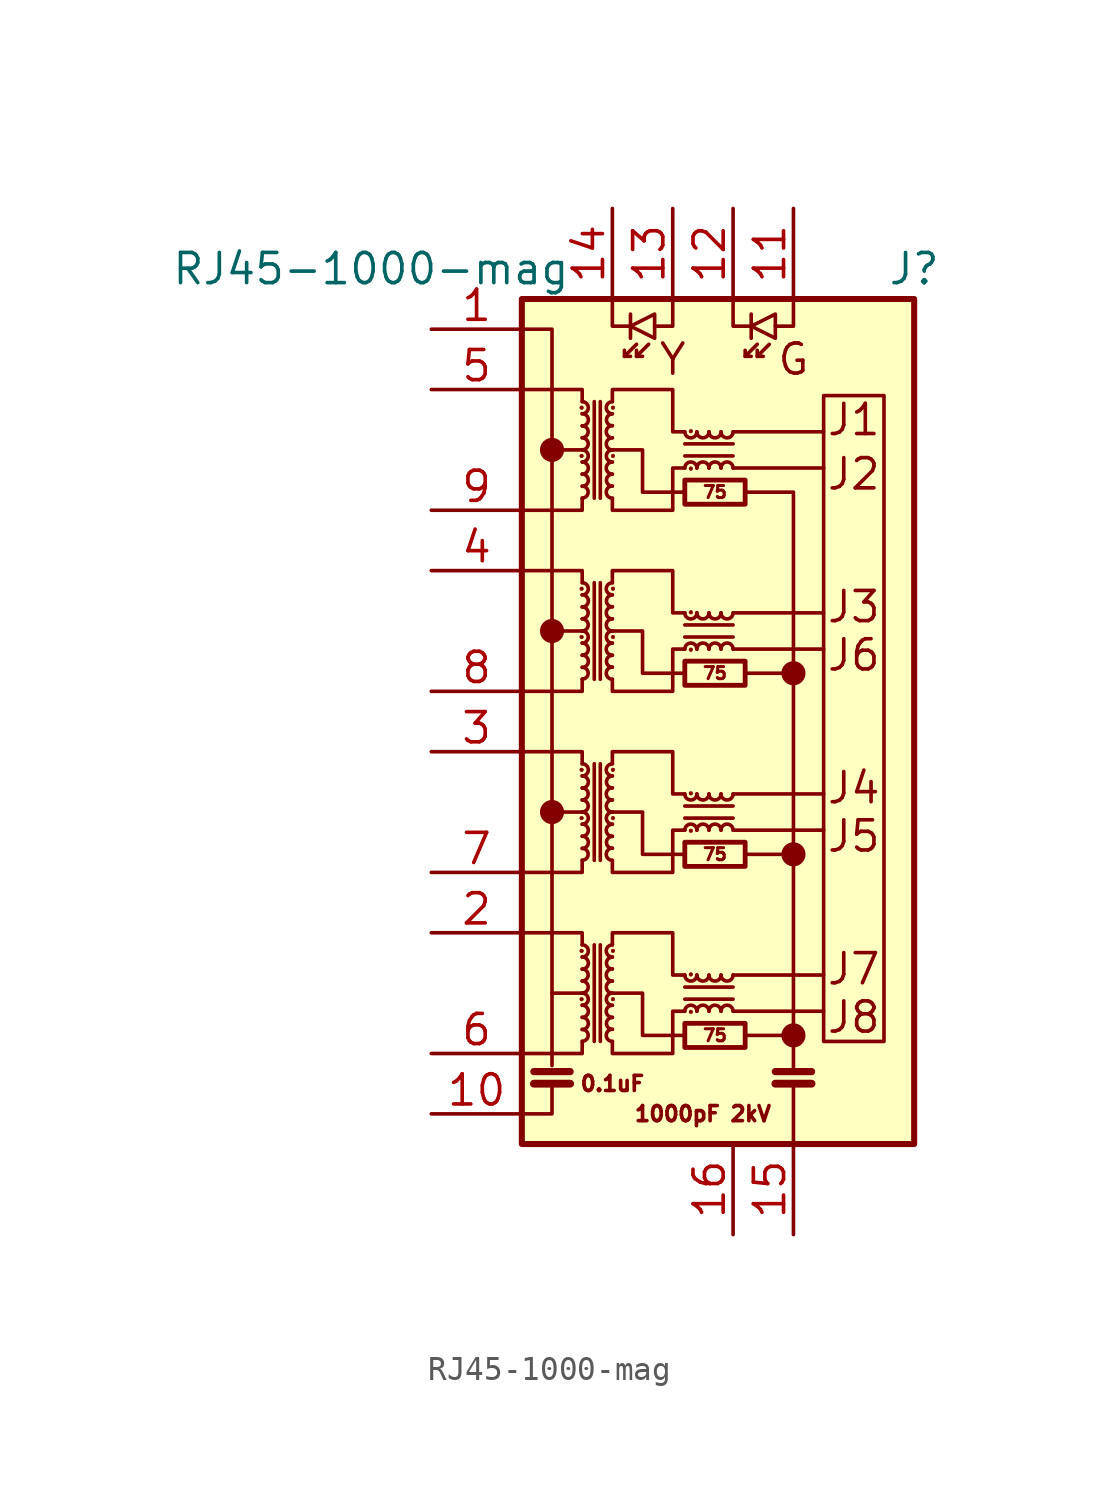
<source format=kicad_sym>
(kicad_symbol_lib
  (version 20231120)
  (generator "kicad_symbol_editor")
  (generator_version "8.0")
  (symbol "RJ45-1000-mag"
    (pin_names hide)
    (property "Reference" "J"
      (at 20.32 35.56 0)
      (effects (font (size 1.27 1.27))))
    (property "Value" "RJ45-1000-mag"
      (at -2.54 35.56 0)
      (effects (font (size 1.27 1.27))))
    (symbol "RJ45-1000-mag_0_0"
      (polyline (pts (xy 5.08 12.7) (xy 6.35 12.7)) (stroke (width 0) (type default)) (fill (type none)))
      (polyline (pts (xy 5.08 27.94) (xy 6.35 27.94)) (stroke (width 0) (type default)) (fill (type none)))
      (polyline (pts (xy 6.35 20.32) (xy 5.08 20.32)) (stroke (width 0) (type default)) (fill (type none)))
      (polyline (pts (xy 12.7 4.318) (xy 16.51 4.318)) (stroke (width 0) (type default)) (fill (type none)))
      (polyline (pts (xy 12.7 5.842) (xy 16.51 5.842)) (stroke (width 0) (type default)) (fill (type none)))
      (polyline (pts (xy 12.7 11.938) (xy 16.51 11.938)) (stroke (width 0) (type default)) (fill (type none)))
      (polyline (pts (xy 12.7 13.462) (xy 16.51 13.462)) (stroke (width 0) (type default)) (fill (type none)))
      (polyline (pts (xy 12.7 19.558) (xy 16.51 19.558)) (stroke (width 0) (type default)) (fill (type none)))
      (polyline (pts (xy 12.7 21.082) (xy 16.51 21.082)) (stroke (width 0) (type default)) (fill (type none)))
      (polyline (pts (xy 12.7 27.178) (xy 16.51 27.178)) (stroke (width 0) (type default)) (fill (type none)))
      (polyline (pts (xy 12.7 28.702) (xy 16.51 28.702)) (stroke (width 0) (type default)) (fill (type none)))
      (polyline (pts (xy 13.208 3.302) (xy 15.24 3.302)) (stroke (width 0) (type default)) (fill (type none)))
      (polyline (pts (xy 10.668 3.302) (xy 8.89 3.302) (xy 8.89 5.08) (xy 7.62 5.08)) (stroke (width 0) (type default)) (fill (type none)))
      (polyline (pts (xy 10.668 10.922) (xy 8.89 10.922) (xy 8.89 12.7) (xy 7.62 12.7)) (stroke (width 0) (type default)) (fill (type none)))
      (polyline (pts (xy 10.668 18.542) (xy 8.89 18.542) (xy 8.89 20.32) (xy 7.62 20.32)) (stroke (width 0) (type default)) (fill (type none)))
      (polyline (pts (xy 10.668 26.162) (xy 8.89 26.162) (xy 8.89 27.94) (xy 7.62 27.94)) (stroke (width 0) (type default)) (fill (type none)))
      (circle (center 5.08 12.7) (radius 0.0001) (stroke (width 0.508) (type default)) (fill (type none)))
      (circle (center 5.08 20.32) (radius 0.0001) (stroke (width 0.508) (type default)) (fill (type none)))
      (circle (center 5.08 27.94) (radius 0.0001) (stroke (width 0.508) (type default)) (fill (type none)))
      (circle (center 15.24 3.302) (radius 0.0001) (stroke (width 0.508) (type default)) (fill (type none)))
      (circle (center 15.24 10.922) (radius 0.0001) (stroke (width 0.508) (type default)) (fill (type none)))
      (circle (center 15.24 18.542) (radius 0.0001) (stroke (width 0.508) (type default)) (fill (type none)))
      (text "1000pF 2kV" (at 11.43 0 0) (effects (font (size 0.635 0.635))))
      (text "G" (at 15.24 31.75 0) (effects (font (size 1.27 1.27))))
      (text "Y" (at 10.16 31.75 0) (effects (font (size 1.27 1.27)))))
    (symbol "RJ45-1000-mag_0_1"
      (polyline (pts (xy 5.08 5.08) (xy 5.08 2.032)) (stroke (width 0) (type default)) (fill (type none)))
      (polyline (pts (xy 5.842 1.27) (xy 4.318 1.27)) (stroke (width 0.33) (type default)) (fill (type none)))
      (polyline (pts (xy 5.842 1.778) (xy 4.318 1.778)) (stroke (width 0.305) (type default)) (fill (type none)))
      (polyline (pts (xy 6.858 3.048) (xy 6.858 7.112)) (stroke (width 0) (type default)) (fill (type none)))
      (polyline (pts (xy 6.858 10.668) (xy 6.858 14.732)) (stroke (width 0) (type default)) (fill (type none)))
      (polyline (pts (xy 6.858 18.288) (xy 6.858 22.352)) (stroke (width 0) (type default)) (fill (type none)))
      (polyline (pts (xy 6.858 25.908) (xy 6.858 29.972)) (stroke (width 0) (type default)) (fill (type none)))
      (polyline (pts (xy 7.112 7.112) (xy 7.112 3.048)) (stroke (width 0) (type default)) (fill (type none)))
      (polyline (pts (xy 7.112 14.732) (xy 7.112 10.668)) (stroke (width 0) (type default)) (fill (type none)))
      (polyline (pts (xy 7.112 22.352) (xy 7.112 18.288)) (stroke (width 0) (type default)) (fill (type none)))
      (polyline (pts (xy 7.112 29.972) (xy 7.112 25.908)) (stroke (width 0) (type default)) (fill (type none)))
      (polyline (pts (xy 8.128 31.877) (xy 8.636 32.385)) (stroke (width 0) (type default)) (fill (type none)))
      (polyline (pts (xy 8.382 33.655) (xy 8.382 32.639)) (stroke (width 0) (type default)) (fill (type none)))
      (polyline (pts (xy 8.636 31.877) (xy 9.144 32.385)) (stroke (width 0) (type default)) (fill (type none)))
      (polyline (pts (xy 10.668 5.334) (xy 12.7 5.334)) (stroke (width 0) (type default)) (fill (type none)))
      (polyline (pts (xy 10.668 12.954) (xy 12.7 12.954)) (stroke (width 0) (type default)) (fill (type none)))
      (polyline (pts (xy 10.668 20.574) (xy 12.7 20.574)) (stroke (width 0) (type default)) (fill (type none)))
      (polyline (pts (xy 10.668 28.194) (xy 12.7 28.194)) (stroke (width 0) (type default)) (fill (type none)))
      (polyline (pts (xy 12.7 4.826) (xy 10.668 4.826)) (stroke (width 0) (type default)) (fill (type none)))
      (polyline (pts (xy 12.7 12.446) (xy 10.668 12.446)) (stroke (width 0) (type default)) (fill (type none)))
      (polyline (pts (xy 12.7 20.066) (xy 10.668 20.066)) (stroke (width 0) (type default)) (fill (type none)))
      (polyline (pts (xy 12.7 27.686) (xy 10.668 27.686)) (stroke (width 0) (type default)) (fill (type none)))
      (polyline (pts (xy 13.208 10.922) (xy 15.24 10.922)) (stroke (width 0) (type default)) (fill (type none)))
      (polyline (pts (xy 13.208 31.877) (xy 13.716 32.385)) (stroke (width 0) (type default)) (fill (type none)))
      (polyline (pts (xy 13.462 33.655) (xy 13.462 32.639)) (stroke (width 0) (type default)) (fill (type none)))
      (polyline (pts (xy 13.716 31.877) (xy 14.224 32.385)) (stroke (width 0) (type default)) (fill (type none)))
      (polyline (pts (xy 15.24 -1.27) (xy 15.24 1.27)) (stroke (width 0) (type default)) (fill (type none)))
      (polyline (pts (xy 15.24 18.542) (xy 13.208 18.542)) (stroke (width 0) (type default)) (fill (type none)))
      (polyline (pts (xy 16.002 1.27) (xy 14.478 1.27)) (stroke (width 0.33) (type default)) (fill (type none)))
      (polyline (pts (xy 16.002 1.778) (xy 14.478 1.778)) (stroke (width 0.305) (type default)) (fill (type none)))
      (polyline (pts (xy 5.08 1.27) (xy 5.08 0) (xy 3.81 0)) (stroke (width 0) (type default)) (fill (type none)))
      (polyline (pts (xy 6.35 3.048) (xy 6.35 2.54) (xy 3.81 2.54)) (stroke (width 0) (type default)) (fill (type none)))
      (polyline (pts (xy 6.35 7.112) (xy 6.35 7.62) (xy 3.81 7.62)) (stroke (width 0) (type default)) (fill (type none)))
      (polyline (pts (xy 6.35 10.668) (xy 6.35 10.16) (xy 3.81 10.16)) (stroke (width 0) (type default)) (fill (type none)))
      (polyline (pts (xy 6.35 14.732) (xy 6.35 15.24) (xy 3.81 15.24)) (stroke (width 0) (type default)) (fill (type none)))
      (polyline (pts (xy 6.35 18.288) (xy 6.35 17.78) (xy 3.81 17.78)) (stroke (width 0) (type default)) (fill (type none)))
      (polyline (pts (xy 6.35 22.352) (xy 6.35 22.86) (xy 3.81 22.86)) (stroke (width 0) (type default)) (fill (type none)))
      (polyline (pts (xy 6.35 25.908) (xy 6.35 25.4) (xy 3.81 25.4)) (stroke (width 0) (type default)) (fill (type none)))
      (polyline (pts (xy 6.35 29.972) (xy 6.35 30.48) (xy 3.81 30.48)) (stroke (width 0) (type default)) (fill (type none)))
      (polyline (pts (xy 7.62 34.29) (xy 7.62 33.147) (xy 8.382 33.147)) (stroke (width 0) (type default)) (fill (type none)))
      (polyline (pts (xy 8.128 32.131) (xy 8.128 31.877) (xy 8.382 31.877)) (stroke (width 0) (type default)) (fill (type none)))
      (polyline (pts (xy 8.636 32.131) (xy 8.636 31.877) (xy 8.89 31.877)) (stroke (width 0) (type default)) (fill (type none)))
      (polyline (pts (xy 10.16 34.29) (xy 10.16 33.147) (xy 9.398 33.147)) (stroke (width 0) (type default)) (fill (type none)))
      (polyline (pts (xy 12.7 34.29) (xy 12.7 33.147) (xy 13.462 33.147)) (stroke (width 0) (type default)) (fill (type none)))
      (polyline (pts (xy 13.208 32.131) (xy 13.208 31.877) (xy 13.462 31.877)) (stroke (width 0) (type default)) (fill (type none)))
      (polyline (pts (xy 13.716 32.131) (xy 13.716 31.877) (xy 13.97 31.877)) (stroke (width 0) (type default)) (fill (type none)))
      (polyline (pts (xy 15.24 1.778) (xy 15.24 26.162) (xy 13.208 26.162)) (stroke (width 0) (type default)) (fill (type none)))
      (polyline (pts (xy 15.24 34.29) (xy 15.24 33.147) (xy 14.478 33.147)) (stroke (width 0) (type default)) (fill (type none)))
      (polyline (pts (xy 3.81 33.02) (xy 5.08 33.02) (xy 5.08 5.08) (xy 6.35 5.08)) (stroke (width 0) (type default)) (fill (type none)))
      (polyline (pts (xy 8.382 33.147) (xy 9.398 33.655) (xy 9.398 32.639) (xy 8.382 33.147)) (stroke (width 0) (type default)) (fill (type none)))
      (polyline (pts (xy 13.462 33.147) (xy 14.478 33.655) (xy 14.478 32.639) (xy 13.462 33.147)) (stroke (width 0) (type default)) (fill (type none)))
      (polyline (pts (xy 7.62 3.048) (xy 7.62 2.54) (xy 10.16 2.54) (xy 10.16 4.318) (xy 10.668 4.318)) (stroke (width 0) (type default)) (fill (type none)))
      (polyline (pts (xy 7.62 10.668) (xy 7.62 10.16) (xy 10.16 10.16) (xy 10.16 11.938) (xy 10.668 11.938)) (stroke (width 0) (type default)) (fill (type none)))
      (polyline (pts (xy 7.62 18.288) (xy 7.62 17.78) (xy 10.16 17.78) (xy 10.16 19.558) (xy 10.668 19.558)) (stroke (width 0) (type default)) (fill (type none)))
      (polyline (pts (xy 7.62 25.908) (xy 7.62 25.4) (xy 10.16 25.4) (xy 10.16 27.178) (xy 10.668 27.178)) (stroke (width 0) (type default)) (fill (type none)))
      (polyline (pts (xy 10.668 5.842) (xy 10.16 5.842) (xy 10.16 7.62) (xy 7.62 7.62) (xy 7.62 7.112)) (stroke (width 0) (type default)) (fill (type none)))
      (polyline (pts (xy 10.668 13.462) (xy 10.16 13.462) (xy 10.16 15.24) (xy 7.62 15.24) (xy 7.62 14.732)) (stroke (width 0) (type default)) (fill (type none)))
      (polyline (pts (xy 10.668 21.082) (xy 10.16 21.082) (xy 10.16 22.86) (xy 7.62 22.86) (xy 7.62 22.352)) (stroke (width 0) (type default)) (fill (type none)))
      (polyline (pts (xy 10.668 28.702) (xy 10.16 28.702) (xy 10.16 30.48) (xy 7.62 30.48) (xy 7.62 29.972)) (stroke (width 0) (type default)) (fill (type none)))
      (rectangle (start 3.81 -1.27) (end 20.32 34.29) (stroke (width 0.254) (type default)) (fill (type background)))
      (circle (center 6.325 4.826) (radius 0.076) (stroke (width 0.025) (type default)) (fill (type outline)))
      (circle (center 6.325 6.858) (radius 0.076) (stroke (width 0.025) (type default)) (fill (type outline)))
      (circle (center 6.325 12.446) (radius 0.076) (stroke (width 0.025) (type default)) (fill (type outline)))
      (circle (center 6.325 14.478) (radius 0.076) (stroke (width 0.025) (type default)) (fill (type outline)))
      (circle (center 6.325 20.066) (radius 0.076) (stroke (width 0.025) (type default)) (fill (type outline)))
      (circle (center 6.325 22.098) (radius 0.076) (stroke (width 0.025) (type default)) (fill (type outline)))
      (circle (center 6.325 27.686) (radius 0.076) (stroke (width 0.025) (type default)) (fill (type outline)))
      (circle (center 6.325 29.718) (radius 0.076) (stroke (width 0.025) (type default)) (fill (type outline)))
      (arc (start 6.35 3.048) (mid 6.603 3.302) (end 6.35 3.556) (stroke (width 0) (type default)) (fill (type none)))
      (arc (start 6.35 3.556) (mid 6.6029 3.81) (end 6.35 4.064) (stroke (width 0) (type default)) (fill (type none)))
      (arc (start 6.35 4.064) (mid 6.603 4.318) (end 6.35 4.572) (stroke (width 0) (type default)) (fill (type none)))
      (arc (start 6.35 4.572) (mid 6.603 4.826) (end 6.35 5.08) (stroke (width 0) (type default)) (fill (type none)))
      (arc (start 6.35 5.08) (mid 6.603 5.334) (end 6.35 5.588) (stroke (width 0) (type default)) (fill (type none)))
      (arc (start 6.35 5.588) (mid 6.603 5.842) (end 6.35 6.096) (stroke (width 0) (type default)) (fill (type none)))
      (arc (start 6.35 6.096) (mid 6.6029 6.35) (end 6.35 6.604) (stroke (width 0) (type default)) (fill (type none)))
      (arc (start 6.35 6.604) (mid 6.603 6.858) (end 6.35 7.112) (stroke (width 0) (type default)) (fill (type none)))
      (arc (start 6.35 10.668) (mid 6.603 10.922) (end 6.35 11.176) (stroke (width 0) (type default)) (fill (type none)))
      (arc (start 6.35 11.176) (mid 6.6029 11.43) (end 6.35 11.684) (stroke (width 0) (type default)) (fill (type none)))
      (arc (start 6.35 11.684) (mid 6.603 11.938) (end 6.35 12.192) (stroke (width 0) (type default)) (fill (type none)))
      (arc (start 6.35 12.192) (mid 6.603 12.446) (end 6.35 12.7) (stroke (width 0) (type default)) (fill (type none)))
      (arc (start 6.35 12.7) (mid 6.603 12.954) (end 6.35 13.208) (stroke (width 0) (type default)) (fill (type none)))
      (arc (start 6.35 13.208) (mid 6.603 13.462) (end 6.35 13.716) (stroke (width 0) (type default)) (fill (type none)))
      (arc (start 6.35 13.716) (mid 6.6029 13.97) (end 6.35 14.224) (stroke (width 0) (type default)) (fill (type none)))
      (arc (start 6.35 14.224) (mid 6.603 14.478) (end 6.35 14.732) (stroke (width 0) (type default)) (fill (type none)))
      (arc (start 6.35 18.288) (mid 6.603 18.542) (end 6.35 18.796) (stroke (width 0) (type default)) (fill (type none)))
      (arc (start 6.35 18.796) (mid 6.6029 19.05) (end 6.35 19.304) (stroke (width 0) (type default)) (fill (type none)))
      (arc (start 6.35 19.304) (mid 6.603 19.558) (end 6.35 19.812) (stroke (width 0) (type default)) (fill (type none)))
      (arc (start 6.35 19.812) (mid 6.603 20.066) (end 6.35 20.32) (stroke (width 0) (type default)) (fill (type none)))
      (arc (start 6.35 20.32) (mid 6.603 20.574) (end 6.35 20.828) (stroke (width 0) (type default)) (fill (type none)))
      (arc (start 6.35 20.828) (mid 6.603 21.082) (end 6.35 21.336) (stroke (width 0) (type default)) (fill (type none)))
      (arc (start 6.35 21.336) (mid 6.6029 21.59) (end 6.35 21.844) (stroke (width 0) (type default)) (fill (type none)))
      (arc (start 6.35 21.844) (mid 6.603 22.098) (end 6.35 22.352) (stroke (width 0) (type default)) (fill (type none)))
      (arc (start 6.35 25.908) (mid 6.603 26.162) (end 6.35 26.416) (stroke (width 0) (type default)) (fill (type none)))
      (arc (start 6.35 26.416) (mid 6.6029 26.67) (end 6.35 26.924) (stroke (width 0) (type default)) (fill (type none)))
      (arc (start 6.35 26.924) (mid 6.603 27.178) (end 6.35 27.432) (stroke (width 0) (type default)) (fill (type none)))
      (arc (start 6.35 27.432) (mid 6.603 27.686) (end 6.35 27.94) (stroke (width 0) (type default)) (fill (type none)))
      (arc (start 6.35 27.94) (mid 6.603 28.194) (end 6.35 28.448) (stroke (width 0) (type default)) (fill (type none)))
      (arc (start 6.35 28.448) (mid 6.603 28.702) (end 6.35 28.956) (stroke (width 0) (type default)) (fill (type none)))
      (arc (start 6.35 28.956) (mid 6.6029 29.21) (end 6.35 29.464) (stroke (width 0) (type default)) (fill (type none)))
      (arc (start 6.35 29.464) (mid 6.603 29.718) (end 6.35 29.972) (stroke (width 0) (type default)) (fill (type none)))
      (arc (start 7.62 3.556) (mid 7.367 3.302) (end 7.62 3.048) (stroke (width 0) (type default)) (fill (type none)))
      (arc (start 7.62 4.064) (mid 7.3671 3.81) (end 7.62 3.556) (stroke (width 0) (type default)) (fill (type none)))
      (arc (start 7.62 4.572) (mid 7.367 4.318) (end 7.62 4.064) (stroke (width 0) (type default)) (fill (type none)))
      (arc (start 7.62 5.08) (mid 7.367 4.826) (end 7.62 4.572) (stroke (width 0) (type default)) (fill (type none)))
      (arc (start 7.62 5.588) (mid 7.367 5.334) (end 7.62 5.08) (stroke (width 0) (type default)) (fill (type none)))
      (arc (start 7.62 6.096) (mid 7.367 5.842) (end 7.62 5.588) (stroke (width 0) (type default)) (fill (type none)))
      (arc (start 7.62 6.604) (mid 7.3671 6.35) (end 7.62 6.096) (stroke (width 0) (type default)) (fill (type none)))
      (arc (start 7.62 7.112) (mid 7.367 6.858) (end 7.62 6.604) (stroke (width 0) (type default)) (fill (type none)))
      (arc (start 7.62 11.176) (mid 7.367 10.922) (end 7.62 10.668) (stroke (width 0) (type default)) (fill (type none)))
      (arc (start 7.62 11.684) (mid 7.3671 11.43) (end 7.62 11.176) (stroke (width 0) (type default)) (fill (type none)))
      (arc (start 7.62 12.192) (mid 7.367 11.938) (end 7.62 11.684) (stroke (width 0) (type default)) (fill (type none)))
      (arc (start 7.62 12.7) (mid 7.367 12.446) (end 7.62 12.192) (stroke (width 0) (type default)) (fill (type none)))
      (arc (start 7.62 13.208) (mid 7.367 12.954) (end 7.62 12.7) (stroke (width 0) (type default)) (fill (type none)))
      (arc (start 7.62 13.716) (mid 7.367 13.462) (end 7.62 13.208) (stroke (width 0) (type default)) (fill (type none)))
      (arc (start 7.62 14.224) (mid 7.3671 13.97) (end 7.62 13.716) (stroke (width 0) (type default)) (fill (type none)))
      (arc (start 7.62 14.732) (mid 7.367 14.478) (end 7.62 14.224) (stroke (width 0) (type default)) (fill (type none)))
      (arc (start 7.62 18.796) (mid 7.367 18.542) (end 7.62 18.288) (stroke (width 0) (type default)) (fill (type none)))
      (arc (start 7.62 19.304) (mid 7.3671 19.05) (end 7.62 18.796) (stroke (width 0) (type default)) (fill (type none)))
      (arc (start 7.62 19.812) (mid 7.367 19.558) (end 7.62 19.304) (stroke (width 0) (type default)) (fill (type none)))
      (arc (start 7.62 20.32) (mid 7.367 20.066) (end 7.62 19.812) (stroke (width 0) (type default)) (fill (type none)))
      (arc (start 7.62 20.828) (mid 7.367 20.574) (end 7.62 20.32) (stroke (width 0) (type default)) (fill (type none)))
      (arc (start 7.62 21.336) (mid 7.367 21.082) (end 7.62 20.828) (stroke (width 0) (type default)) (fill (type none)))
      (arc (start 7.62 21.844) (mid 7.3671 21.59) (end 7.62 21.336) (stroke (width 0) (type default)) (fill (type none)))
      (arc (start 7.62 22.352) (mid 7.367 22.098) (end 7.62 21.844) (stroke (width 0) (type default)) (fill (type none)))
      (arc (start 7.62 26.416) (mid 7.367 26.162) (end 7.62 25.908) (stroke (width 0) (type default)) (fill (type none)))
      (arc (start 7.62 26.924) (mid 7.3671 26.67) (end 7.62 26.416) (stroke (width 0) (type default)) (fill (type none)))
      (arc (start 7.62 27.432) (mid 7.367 27.178) (end 7.62 26.924) (stroke (width 0) (type default)) (fill (type none)))
      (arc (start 7.62 27.94) (mid 7.367 27.686) (end 7.62 27.432) (stroke (width 0) (type default)) (fill (type none)))
      (arc (start 7.62 28.448) (mid 7.367 28.194) (end 7.62 27.94) (stroke (width 0) (type default)) (fill (type none)))
      (arc (start 7.62 28.956) (mid 7.367 28.702) (end 7.62 28.448) (stroke (width 0) (type default)) (fill (type none)))
      (arc (start 7.62 29.464) (mid 7.3671 29.21) (end 7.62 28.956) (stroke (width 0) (type default)) (fill (type none)))
      (arc (start 7.62 29.972) (mid 7.367 29.718) (end 7.62 29.464) (stroke (width 0) (type default)) (fill (type none)))
      (circle (center 7.645 4.826) (radius 0.076) (stroke (width 0.025) (type default)) (fill (type outline)))
      (circle (center 7.645 6.858) (radius 0.076) (stroke (width 0.025) (type default)) (fill (type outline)))
      (circle (center 7.645 12.446) (radius 0.076) (stroke (width 0.025) (type default)) (fill (type outline)))
      (circle (center 7.645 14.478) (radius 0.076) (stroke (width 0.025) (type default)) (fill (type outline)))
      (circle (center 7.645 20.066) (radius 0.076) (stroke (width 0.025) (type default)) (fill (type outline)))
      (circle (center 7.645 22.098) (radius 0.076) (stroke (width 0.025) (type default)) (fill (type outline)))
      (circle (center 7.645 27.686) (radius 0.076) (stroke (width 0.025) (type default)) (fill (type outline)))
      (circle (center 7.645 29.718) (radius 0.076) (stroke (width 0.025) (type default)) (fill (type outline)))
      (rectangle (start 10.668 3.81) (end 13.208 2.794) (stroke (width 0.203) (type default)) (fill (type none)))
      (arc (start 10.668 5.842) (mid 10.922 5.5891) (end 11.176 5.842) (stroke (width 0) (type default)) (fill (type none)))
      (rectangle (start 10.668 11.43) (end 13.208 10.414) (stroke (width 0.203) (type default)) (fill (type none)))
      (arc (start 10.668 13.462) (mid 10.922 13.2091) (end 11.176 13.462) (stroke (width 0) (type default)) (fill (type none)))
      (rectangle (start 10.668 19.05) (end 13.208 18.034) (stroke (width 0.203) (type default)) (fill (type none)))
      (arc (start 10.668 21.082) (mid 10.922 20.8291) (end 11.176 21.082) (stroke (width 0) (type default)) (fill (type none)))
      (rectangle (start 10.668 26.67) (end 13.208 25.654) (stroke (width 0.203) (type default)) (fill (type none)))
      (arc (start 10.668 28.702) (mid 10.922 28.4491) (end 11.176 28.702) (stroke (width 0) (type default)) (fill (type none)))
      (circle (center 10.922 4.293) (radius 0.076) (stroke (width 0.025) (type default)) (fill (type outline)))
      (circle (center 10.922 5.867) (radius 0.076) (stroke (width 0.025) (type default)) (fill (type outline)))
      (circle (center 10.922 11.913) (radius 0.076) (stroke (width 0.025) (type default)) (fill (type outline)))
      (circle (center 10.922 13.487) (radius 0.076) (stroke (width 0.025) (type default)) (fill (type outline)))
      (circle (center 10.922 19.533) (radius 0.076) (stroke (width 0.025) (type default)) (fill (type outline)))
      (circle (center 10.922 21.107) (radius 0.076) (stroke (width 0.025) (type default)) (fill (type outline)))
      (circle (center 10.922 27.153) (radius 0.076) (stroke (width 0.025) (type default)) (fill (type outline)))
      (circle (center 10.922 28.727) (radius 0.076) (stroke (width 0.025) (type default)) (fill (type outline)))
      (arc (start 11.176 4.318) (mid 10.922 4.5709) (end 10.668 4.318) (stroke (width 0) (type default)) (fill (type none)))
      (arc (start 11.176 5.842) (mid 11.43 5.5891) (end 11.684 5.842) (stroke (width 0) (type default)) (fill (type none)))
      (arc (start 11.176 11.938) (mid 10.922 12.1909) (end 10.668 11.938) (stroke (width 0) (type default)) (fill (type none)))
      (arc (start 11.176 13.462) (mid 11.43 13.2091) (end 11.684 13.462) (stroke (width 0) (type default)) (fill (type none)))
      (arc (start 11.176 19.558) (mid 10.922 19.8109) (end 10.668 19.558) (stroke (width 0) (type default)) (fill (type none)))
      (arc (start 11.176 21.082) (mid 11.43 20.8291) (end 11.684 21.082) (stroke (width 0) (type default)) (fill (type none)))
      (arc (start 11.176 27.178) (mid 10.922 27.4309) (end 10.668 27.178) (stroke (width 0) (type default)) (fill (type none)))
      (arc (start 11.176 28.702) (mid 11.43 28.4491) (end 11.684 28.702) (stroke (width 0) (type default)) (fill (type none)))
      (arc (start 11.684 4.318) (mid 11.43 4.5709) (end 11.176 4.318) (stroke (width 0) (type default)) (fill (type none)))
      (arc (start 11.684 5.842) (mid 11.938 5.5891) (end 12.192 5.842) (stroke (width 0) (type default)) (fill (type none)))
      (arc (start 11.684 11.938) (mid 11.43 12.1909) (end 11.176 11.938) (stroke (width 0) (type default)) (fill (type none)))
      (arc (start 11.684 13.462) (mid 11.938 13.2091) (end 12.192 13.462) (stroke (width 0) (type default)) (fill (type none)))
      (arc (start 11.684 19.558) (mid 11.43 19.8109) (end 11.176 19.558) (stroke (width 0) (type default)) (fill (type none)))
      (arc (start 11.684 21.082) (mid 11.938 20.8291) (end 12.192 21.082) (stroke (width 0) (type default)) (fill (type none)))
      (arc (start 11.684 27.178) (mid 11.43 27.4309) (end 11.176 27.178) (stroke (width 0) (type default)) (fill (type none)))
      (arc (start 11.684 28.702) (mid 11.938 28.4491) (end 12.192 28.702) (stroke (width 0) (type default)) (fill (type none)))
      (arc (start 12.192 4.318) (mid 11.938 4.5709) (end 11.684 4.318) (stroke (width 0) (type default)) (fill (type none)))
      (arc (start 12.192 5.842) (mid 12.446 5.5891) (end 12.7 5.842) (stroke (width 0) (type default)) (fill (type none)))
      (arc (start 12.192 11.938) (mid 11.938 12.1909) (end 11.684 11.938) (stroke (width 0) (type default)) (fill (type none)))
      (arc (start 12.192 13.462) (mid 12.446 13.2091) (end 12.7 13.462) (stroke (width 0) (type default)) (fill (type none)))
      (arc (start 12.192 19.558) (mid 11.938 19.8109) (end 11.684 19.558) (stroke (width 0) (type default)) (fill (type none)))
      (arc (start 12.192 21.082) (mid 12.446 20.8291) (end 12.7 21.082) (stroke (width 0) (type default)) (fill (type none)))
      (arc (start 12.192 27.178) (mid 11.938 27.4309) (end 11.684 27.178) (stroke (width 0) (type default)) (fill (type none)))
      (arc (start 12.192 28.702) (mid 12.446 28.4491) (end 12.7 28.702) (stroke (width 0) (type default)) (fill (type none)))
      (arc (start 12.7 4.318) (mid 12.446 4.5709) (end 12.192 4.318) (stroke (width 0) (type default)) (fill (type none)))
      (arc (start 12.7 11.938) (mid 12.446 12.1909) (end 12.192 11.938) (stroke (width 0) (type default)) (fill (type none)))
      (arc (start 12.7 19.558) (mid 12.446 19.8109) (end 12.192 19.558) (stroke (width 0) (type default)) (fill (type none)))
      (arc (start 12.7 27.178) (mid 12.446 27.4309) (end 12.192 27.178) (stroke (width 0) (type default)) (fill (type none)))
      (rectangle (start 19.05 30.226) (end 16.51 3.048) (stroke (width 0) (type default)) (fill (type none))))
    (symbol "RJ45-1000-mag_1_0"
      (text "0.1uF" (at 7.62 1.27 0) (effects (font (size 0.635 0.635))))
      (text "75" (at 11.938 3.302 0) (effects (font (size 0.508 0.508))))
      (text "75" (at 11.938 10.922 0) (effects (font (size 0.508 0.508))))
      (text "75" (at 11.938 18.542 0) (effects (font (size 0.508 0.508))))
      (text "75" (at 11.938 26.162 0) (effects (font (size 0.508 0.508))))
      (text "J1" (at 17.78 29.21 0) (effects (font (size 1.27 1.27))))
      (text "J2" (at 17.78 26.924 0) (effects (font (size 1.27 1.27))))
      (text "J3" (at 17.78 21.336 0) (effects (font (size 1.27 1.27))))
      (text "J4" (at 17.78 13.716 0) (effects (font (size 1.27 1.27))))
      (text "J5" (at 17.78 11.684 0) (effects (font (size 1.27 1.27))))
      (text "J6" (at 17.78 19.304 0) (effects (font (size 1.27 1.27))))
      (text "J7" (at 17.78 6.096 0) (effects (font (size 1.27 1.27))))
      (text "J8" (at 17.78 4.064 0) (effects (font (size 1.27 1.27)))))
    (symbol "RJ45-1000-mag_1_1"
      (pin passive line (at 0 33.02 0) (length 3.81) (name "CT" (effects (font (size 1.27 1.27)))) (number "1" (effects (font (size 1.27 1.27)))))
      (pin passive line (at 0 0 0) (length 3.81) (name "GND" (effects (font (size 1.27 1.27)))) (number "10" (effects (font (size 1.27 1.27)))))
      (pin passive line (at 15.24 38.1 270) (length 3.81) (name "~" (effects (font (size 1.27 1.27)))) (number "11" (effects (font (size 1.27 1.27)))))
      (pin passive line (at 12.7 38.1 270) (length 3.81) (name "~" (effects (font (size 1.27 1.27)))) (number "12" (effects (font (size 1.27 1.27)))))
      (pin passive line (at 10.16 38.1 270) (length 3.81) (name "~" (effects (font (size 1.27 1.27)))) (number "13" (effects (font (size 1.27 1.27)))))
      (pin passive line (at 7.62 38.1 270) (length 3.81) (name "~" (effects (font (size 1.27 1.27)))) (number "14" (effects (font (size 1.27 1.27)))))
      (pin passive line (at 15.24 -5.08 90) (length 3.81) (name "SH" (effects (font (size 1.27 1.27)))) (number "15" (effects (font (size 1.27 1.27)))))
      (pin passive line (at 12.7 -5.08 90) (length 3.81) (name "SH" (effects (font (size 1.27 1.27)))) (number "16" (effects (font (size 1.27 1.27)))))
      (pin passive line (at 0 7.62 0) (length 3.81) (name "TD4+" (effects (font (size 1.27 1.27)))) (number "2" (effects (font (size 1.27 1.27)))))
      (pin passive line (at 0 15.24 0) (length 3.81) (name "TD3+" (effects (font (size 1.27 1.27)))) (number "3" (effects (font (size 1.27 1.27)))))
      (pin passive line (at 0 22.86 0) (length 3.81) (name "TD2+" (effects (font (size 1.27 1.27)))) (number "4" (effects (font (size 1.27 1.27)))))
      (pin passive line (at 0 30.48 0) (length 3.81) (name "TD1+" (effects (font (size 1.27 1.27)))) (number "5" (effects (font (size 1.27 1.27)))))
      (pin passive line (at 0 2.54 0) (length 3.81) (name "TD4-" (effects (font (size 1.27 1.27)))) (number "6" (effects (font (size 1.27 1.27)))))
      (pin passive line (at 0 10.16 0) (length 3.81) (name "TD3-" (effects (font (size 1.27 1.27)))) (number "7" (effects (font (size 1.27 1.27)))))
      (pin passive line (at 0 17.78 0) (length 3.81) (name "TD2-" (effects (font (size 1.27 1.27)))) (number "8" (effects (font (size 1.27 1.27)))))
      (pin passive line (at 0 25.4 0) (length 3.81) (name "TD1-" (effects (font (size 1.27 1.27)))) (number "9" (effects (font (size 1.27 1.27))))))))
</source>
